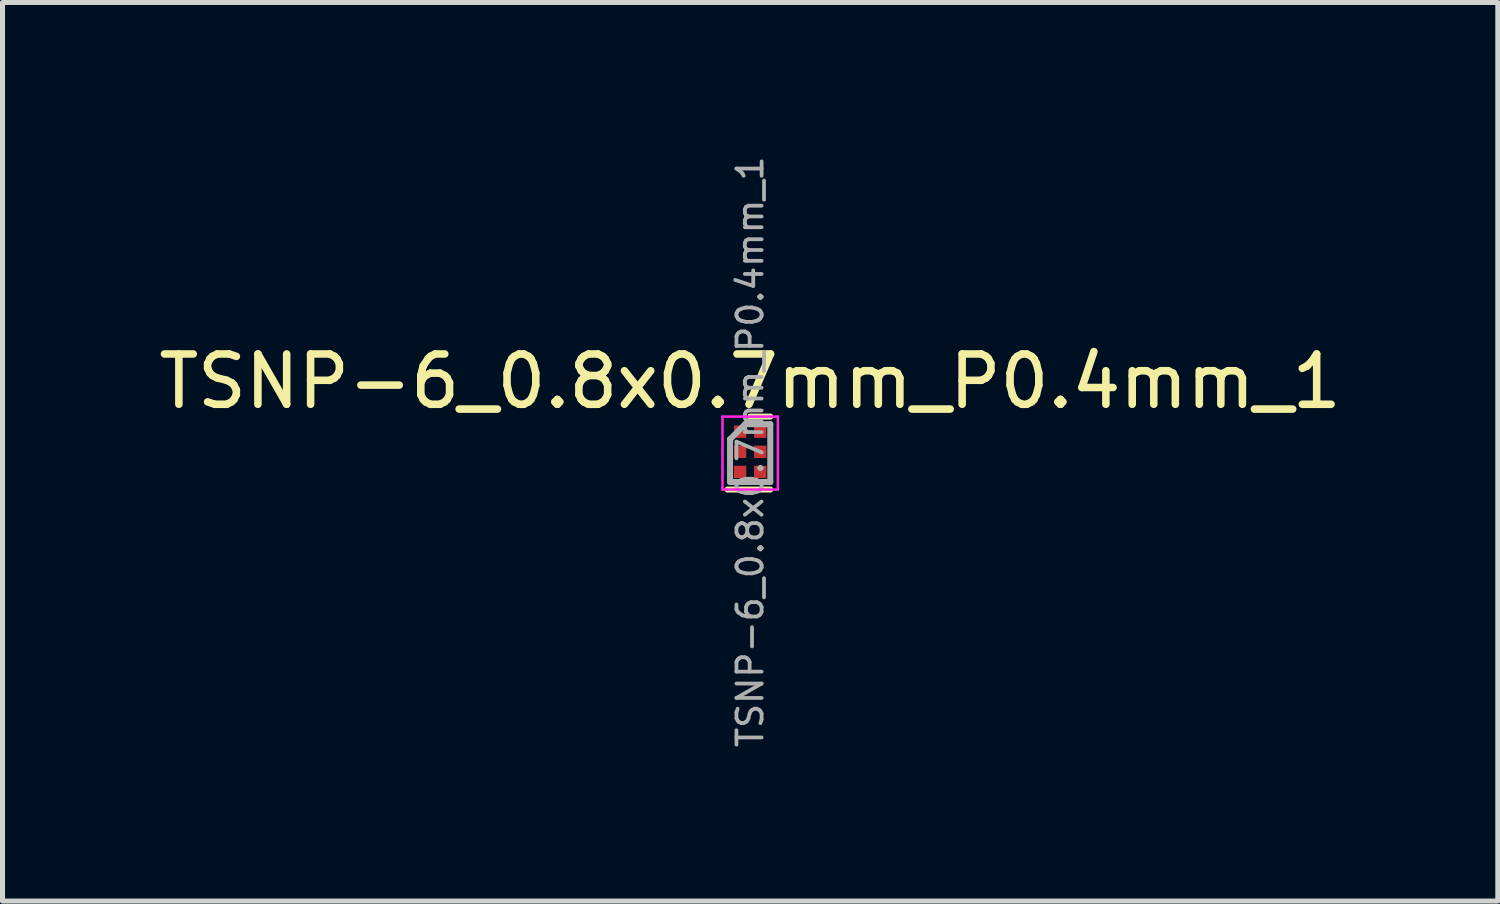
<source format=kicad_pcb>
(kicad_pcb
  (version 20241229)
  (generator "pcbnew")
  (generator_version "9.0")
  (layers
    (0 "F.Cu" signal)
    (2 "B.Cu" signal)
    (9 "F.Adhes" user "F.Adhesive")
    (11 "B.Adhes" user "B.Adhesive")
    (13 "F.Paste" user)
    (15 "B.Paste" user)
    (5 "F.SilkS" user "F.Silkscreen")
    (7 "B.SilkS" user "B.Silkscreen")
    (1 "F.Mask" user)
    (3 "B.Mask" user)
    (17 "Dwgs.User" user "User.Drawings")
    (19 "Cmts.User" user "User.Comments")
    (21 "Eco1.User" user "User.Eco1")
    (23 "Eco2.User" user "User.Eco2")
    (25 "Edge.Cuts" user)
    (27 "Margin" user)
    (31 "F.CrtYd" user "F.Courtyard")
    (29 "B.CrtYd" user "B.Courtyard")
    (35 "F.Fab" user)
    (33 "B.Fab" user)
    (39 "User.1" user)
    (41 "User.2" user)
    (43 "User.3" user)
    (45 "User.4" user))
  (footprint "TSNP-6_0.8x0.7mm_P0.4mm_1"
    (layer "F.Cu")
    (at 11.863 5.932)
    (property "Reference" "TSNP-6_0.8x0.7mm_P0.4mm_1" (at 0 -1.4 0) (layer "F.SilkS") (effects (font (size 1 1) (thickness 0.15))))
    (attr smd)
    (fp_line (start -0.45 0.75) (end 0.4 0.75) (stroke (width 0.12) (type solid)) (layer "F.SilkS"))
    (fp_line (start 0 -0.7) (end 0.4 -0.7) (stroke (width 0.12) (type solid)) (layer "F.SilkS"))
    (fp_line (start -0.55 -0.7) (end -0.55 0.75) (stroke (width 0.05) (type solid)) (layer "F.CrtYd"))
    (fp_line (start -0.55 -0.7) (end 0.55 -0.7) (stroke (width 0.05) (type solid)) (layer "F.CrtYd"))
    (fp_line (start 0.55 0.75) (end -0.55 0.75) (stroke (width 0.05) (type solid)) (layer "F.CrtYd"))
    (fp_line (start 0.55 0.75) (end 0.55 -0.7) (stroke (width 0.05) (type solid)) (layer "F.CrtYd"))
    (fp_line (start -0.4 -0.25) (end -0.4 0.6) (stroke (width 0.12) (type solid)) (layer "F.Fab"))
    (fp_line (start -0.4 0.6) (end 0.4 0.6) (stroke (width 0.12) (type solid)) (layer "F.Fab"))
    (fp_line (start -0.1 -0.55) (end -0.4 -0.25) (stroke (width 0.12) (type solid)) (layer "F.Fab"))
    (fp_line (start 0.4 -0.55) (end -0.1 -0.55) (stroke (width 0.12) (type solid)) (layer "F.Fab"))
    (fp_line (start 0.4 0.6) (end 0.4 -0.55) (stroke (width 0.12) (type solid)) (layer "F.Fab"))
    (fp_text user "${REFERENCE}" (at 0 0 270) (layer "F.Fab") (effects (font (size 0.5 0.5) (thickness 0.075))))
    (pad "1" smd rect (at -0.2 -0.4) (size 0.245 0.245) (layers "F.Cu" "F.Mask" "F.Paste"))
    (pad "2" smd rect (at -0.2 0) (size 0.245 0.245) (layers "F.Cu" "F.Mask" "F.Paste"))
    (pad "3" smd rect (at -0.2 0.4) (size 0.245 0.245) (layers "F.Cu" "F.Mask" "F.Paste"))
    (pad "4" smd rect (at 0.2 0.4) (size 0.245 0.245) (layers "F.Cu" "F.Mask" "F.Paste"))
    (pad "5" smd rect (at 0.2 0) (size 0.245 0.245) (layers "F.Cu" "F.Mask" "F.Paste"))
    (pad "6" smd rect (at 0.2 -0.4) (size 0.245 0.245) (layers "F.Cu" "F.Mask" "F.Paste")))
  (gr_rect
    (start -3 -3)
    (end 26.726 14.863)
    (stroke (width 0.1) (type default))
    (fill no)
    (layer "Edge.Cuts")))
</source>
